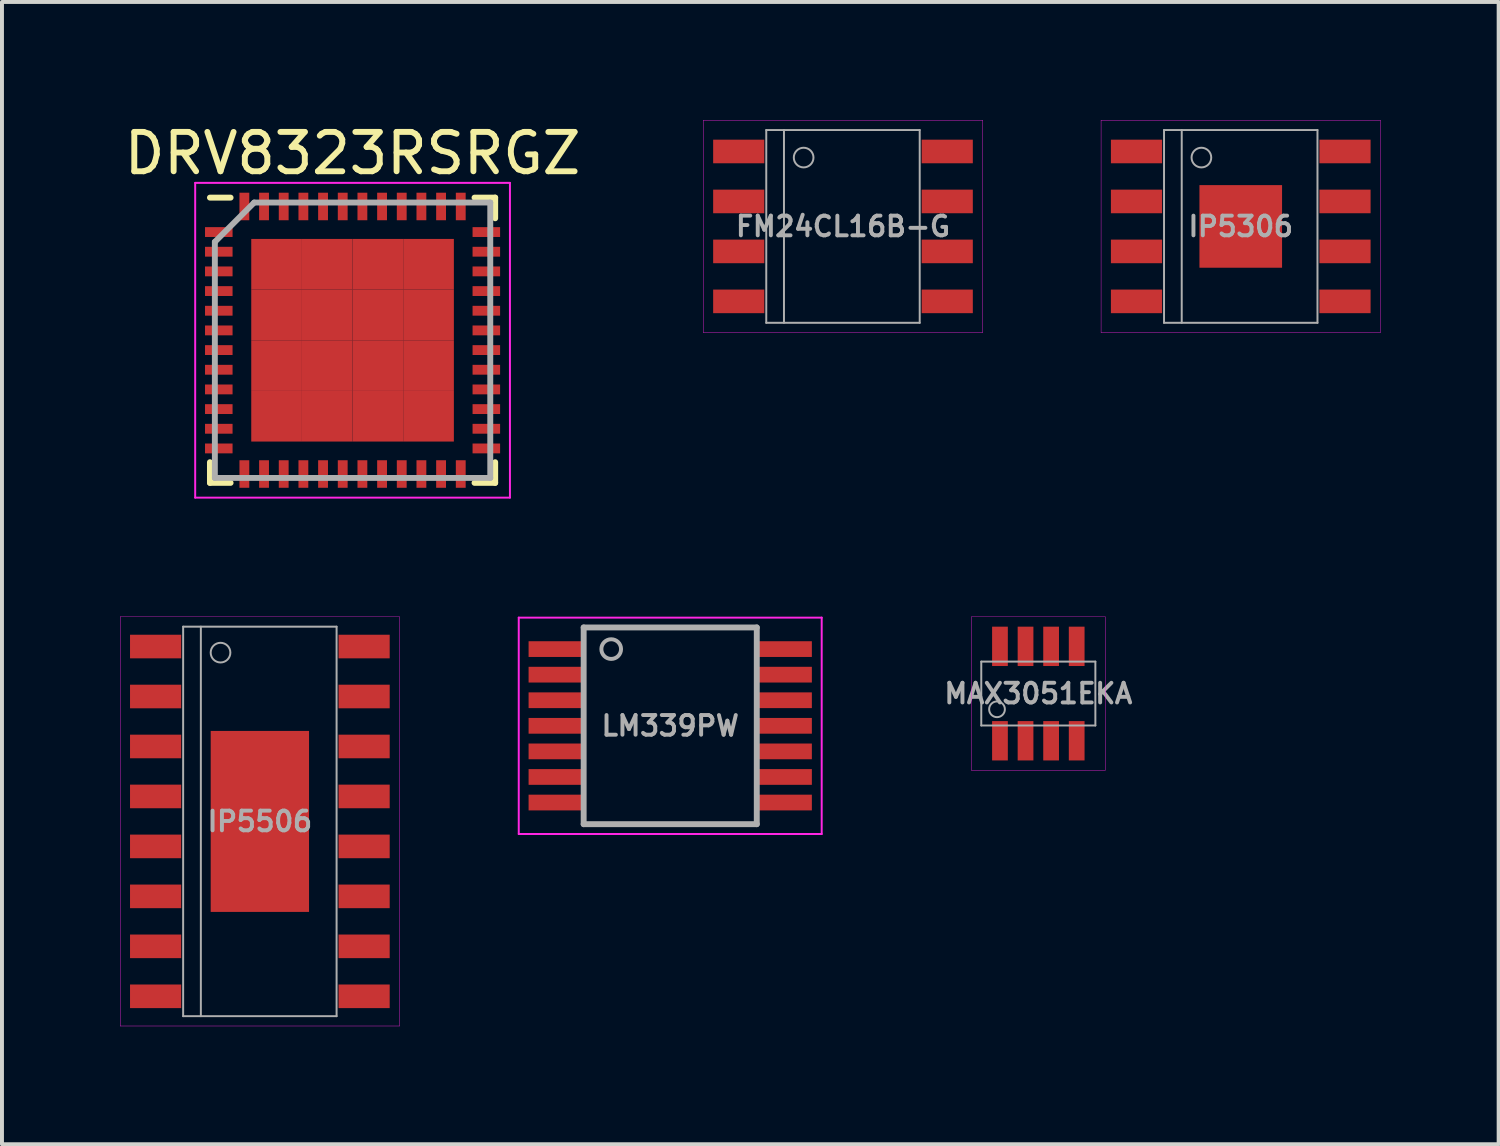
<source format=kicad_pcb>
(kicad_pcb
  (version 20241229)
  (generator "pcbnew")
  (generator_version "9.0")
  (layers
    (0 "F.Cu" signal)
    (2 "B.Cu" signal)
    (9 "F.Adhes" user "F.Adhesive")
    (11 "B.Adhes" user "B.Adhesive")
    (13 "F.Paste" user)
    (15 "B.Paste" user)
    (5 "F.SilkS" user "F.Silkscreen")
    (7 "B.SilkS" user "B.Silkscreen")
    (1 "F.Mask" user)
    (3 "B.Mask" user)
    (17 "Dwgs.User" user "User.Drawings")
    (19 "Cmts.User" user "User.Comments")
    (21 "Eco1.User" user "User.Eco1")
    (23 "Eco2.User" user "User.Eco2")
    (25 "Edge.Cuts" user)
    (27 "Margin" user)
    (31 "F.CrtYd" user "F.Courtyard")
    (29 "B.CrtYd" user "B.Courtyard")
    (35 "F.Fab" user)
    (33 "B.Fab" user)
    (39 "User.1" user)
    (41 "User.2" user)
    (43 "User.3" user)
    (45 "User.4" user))
  (footprint "IP5306"
    (layer "F.Cu")
    (at 28.486 2.705)
    (property "Reference" "IP5306" (at 0 0 0) (layer "F.Fab") (effects (font (size 0.5 0.5) (thickness 0.1))))
    (attr smd)
    (fp_line (start -3.55 -2.7) (end 3.55 -2.7) (stroke (width 0.01) (type solid)) (layer "F.CrtYd"))
    (fp_line (start -3.55 2.7) (end -3.55 -2.7) (stroke (width 0.01) (type solid)) (layer "F.CrtYd"))
    (fp_line (start 3.55 -2.7) (end 3.55 2.7) (stroke (width 0.01) (type solid)) (layer "F.CrtYd"))
    (fp_line (start 3.55 2.7) (end -3.55 2.7) (stroke (width 0.01) (type solid)) (layer "F.CrtYd"))
    (fp_line (start -1.95 -2.45) (end 1.95 -2.45) (stroke (width 0.05) (type solid)) (layer "F.Fab"))
    (fp_line (start -1.95 2.45) (end -1.95 -2.45) (stroke (width 0.05) (type solid)) (layer "F.Fab"))
    (fp_line (start -1.5 -2.45) (end -1.5 2.45) (stroke (width 0.05) (type solid)) (layer "F.Fab"))
    (fp_line (start 1.95 -2.45) (end 1.95 2.45) (stroke (width 0.05) (type solid)) (layer "F.Fab"))
    (fp_line (start 1.95 2.45) (end -1.95 2.45) (stroke (width 0.05) (type solid)) (layer "F.Fab"))
    (fp_circle (center -1 -1.75) (end -0.75 -1.75) (stroke (width 0.05) (type solid)) (fill no) (layer "F.Fab"))
    (pad "" smd rect (at -0.55 -0.55) (size 0.8 0.8) (layers "F.Paste"))
    (pad "" smd rect (at -0.55 0.55) (size 0.8 0.8) (layers "F.Paste"))
    (pad "" smd rect (at 0.55 -0.55) (size 0.8 0.8) (layers "F.Paste"))
    (pad "" smd rect (at 0.55 0.55) (size 0.8 0.8) (layers "F.Paste"))
    (pad "1" smd rect (at -2.65 -1.905) (size 1.3 0.6) (layers "F.Cu" "F.Mask" "F.Paste"))
    (pad "2" smd rect (at -2.65 -0.635) (size 1.3 0.6) (layers "F.Cu" "F.Mask" "F.Paste"))
    (pad "3" smd rect (at -2.65 0.635) (size 1.3 0.6) (layers "F.Cu" "F.Mask" "F.Paste"))
    (pad "4" smd rect (at -2.65 1.905) (size 1.3 0.6) (layers "F.Cu" "F.Mask" "F.Paste"))
    (pad "5" smd rect (at 2.65 1.905) (size 1.3 0.6) (layers "F.Cu" "F.Mask" "F.Paste"))
    (pad "6" smd rect (at 2.65 0.635) (size 1.3 0.6) (layers "F.Cu" "F.Mask" "F.Paste"))
    (pad "7" smd rect (at 2.65 -0.635) (size 1.3 0.6) (layers "F.Cu" "F.Mask" "F.Paste"))
    (pad "8" smd rect (at 2.65 -1.905) (size 1.3 0.6) (layers "F.Cu" "F.Mask" "F.Paste"))
    (pad "9" smd rect (at 0 0) (size 2.1 2.1) (layers "F.Cu" "F.Mask")))
  (footprint "DRV8323RSRGZ"
    (layer "F.Cu")
    (at 5.911 5.598)
    (property "Reference" "DRV8323RSRGZ" (at 0 -4.75 0) (layer "F.SilkS") (effects (font (size 1 1) (thickness 0.15))))
    (attr smd)
    (fp_line (start -3.625 -3.625) (end -3.1 -3.625) (stroke (width 0.15) (type solid)) (layer "F.SilkS"))
    (fp_line (start -3.625 3.625) (end -3.625 3.1) (stroke (width 0.15) (type solid)) (layer "F.SilkS"))
    (fp_line (start -3.625 3.625) (end -3.1 3.625) (stroke (width 0.15) (type solid)) (layer "F.SilkS"))
    (fp_line (start 3.625 -3.625) (end 3.1 -3.625) (stroke (width 0.15) (type solid)) (layer "F.SilkS"))
    (fp_line (start 3.625 -3.625) (end 3.625 -3.1) (stroke (width 0.15) (type solid)) (layer "F.SilkS"))
    (fp_line (start 3.625 3.625) (end 3.1 3.625) (stroke (width 0.15) (type solid)) (layer "F.SilkS"))
    (fp_line (start 3.625 3.625) (end 3.625 3.1) (stroke (width 0.15) (type solid)) (layer "F.SilkS"))
    (fp_line (start -4 -4) (end -4 4) (stroke (width 0.05) (type solid)) (layer "F.CrtYd"))
    (fp_line (start -4 -4) (end 4 -4) (stroke (width 0.05) (type solid)) (layer "F.CrtYd"))
    (fp_line (start -4 4) (end 4 4) (stroke (width 0.05) (type solid)) (layer "F.CrtYd"))
    (fp_line (start 4 -4) (end 4 4) (stroke (width 0.05) (type solid)) (layer "F.CrtYd"))
    (fp_line (start -3.5 -2.5) (end -2.5 -3.5) (stroke (width 0.15) (type solid)) (layer "F.Fab"))
    (fp_line (start -3.5 3.5) (end -3.5 -2.5) (stroke (width 0.15) (type solid)) (layer "F.Fab"))
    (fp_line (start -2.5 -3.5) (end 3.5 -3.5) (stroke (width 0.15) (type solid)) (layer "F.Fab"))
    (fp_line (start 3.5 -3.5) (end 3.5 3.5) (stroke (width 0.15) (type solid)) (layer "F.Fab"))
    (fp_line (start 3.5 3.5) (end -3.5 3.5) (stroke (width 0.15) (type solid)) (layer "F.Fab"))
    (pad "1" smd rect (at -3.4 -2.75) (size 0.7 0.25) (layers "F.Cu" "F.Mask" "F.Paste"))
    (pad "2" smd rect (at -3.4 -2.25) (size 0.7 0.25) (layers "F.Cu" "F.Mask" "F.Paste"))
    (pad "3" smd rect (at -3.4 -1.75) (size 0.7 0.25) (layers "F.Cu" "F.Mask" "F.Paste"))
    (pad "4" smd rect (at -3.4 -1.25) (size 0.7 0.25) (layers "F.Cu" "F.Mask" "F.Paste"))
    (pad "5" smd rect (at -3.4 -0.75) (size 0.7 0.25) (layers "F.Cu" "F.Mask" "F.Paste"))
    (pad "6" smd rect (at -3.4 -0.25) (size 0.7 0.25) (layers "F.Cu" "F.Mask" "F.Paste"))
    (pad "7" smd rect (at -3.4 0.25) (size 0.7 0.25) (layers "F.Cu" "F.Mask" "F.Paste"))
    (pad "8" smd rect (at -3.4 0.75) (size 0.7 0.25) (layers "F.Cu" "F.Mask" "F.Paste"))
    (pad "9" smd rect (at -3.4 1.25) (size 0.7 0.25) (layers "F.Cu" "F.Mask" "F.Paste"))
    (pad "10" smd rect (at -3.4 1.75) (size 0.7 0.25) (layers "F.Cu" "F.Mask" "F.Paste"))
    (pad "11" smd rect (at -3.4 2.25) (size 0.7 0.25) (layers "F.Cu" "F.Mask" "F.Paste"))
    (pad "12" smd rect (at -3.4 2.75) (size 0.7 0.25) (layers "F.Cu" "F.Mask" "F.Paste"))
    (pad "13" smd rect (at -2.75 3.4 90) (size 0.7 0.25) (layers "F.Cu" "F.Mask" "F.Paste"))
    (pad "14" smd rect (at -2.25 3.4 90) (size 0.7 0.25) (layers "F.Cu" "F.Mask" "F.Paste"))
    (pad "15" smd rect (at -1.75 3.4 90) (size 0.7 0.25) (layers "F.Cu" "F.Mask" "F.Paste"))
    (pad "16" smd rect (at -1.25 3.4 90) (size 0.7 0.25) (layers "F.Cu" "F.Mask" "F.Paste"))
    (pad "17" smd rect (at -0.75 3.4 90) (size 0.7 0.25) (layers "F.Cu" "F.Mask" "F.Paste"))
    (pad "18" smd rect (at -0.25 3.4 90) (size 0.7 0.25) (layers "F.Cu" "F.Mask" "F.Paste"))
    (pad "19" smd rect (at 0.25 3.4 90) (size 0.7 0.25) (layers "F.Cu" "F.Mask" "F.Paste"))
    (pad "20" smd rect (at 0.75 3.4 90) (size 0.7 0.25) (layers "F.Cu" "F.Mask" "F.Paste"))
    (pad "21" smd rect (at 1.25 3.4 90) (size 0.7 0.25) (layers "F.Cu" "F.Mask" "F.Paste"))
    (pad "22" smd rect (at 1.75 3.4 90) (size 0.7 0.25) (layers "F.Cu" "F.Mask" "F.Paste"))
    (pad "23" smd rect (at 2.25 3.4 90) (size 0.7 0.25) (layers "F.Cu" "F.Mask" "F.Paste"))
    (pad "24" smd rect (at 2.75 3.4 90) (size 0.7 0.25) (layers "F.Cu" "F.Mask" "F.Paste"))
    (pad "25" smd rect (at 3.4 2.75) (size 0.7 0.25) (layers "F.Cu" "F.Mask" "F.Paste"))
    (pad "26" smd rect (at 3.4 2.25) (size 0.7 0.25) (layers "F.Cu" "F.Mask" "F.Paste"))
    (pad "27" smd rect (at 3.4 1.75) (size 0.7 0.25) (layers "F.Cu" "F.Mask" "F.Paste"))
    (pad "28" smd rect (at 3.4 1.25) (size 0.7 0.25) (layers "F.Cu" "F.Mask" "F.Paste"))
    (pad "29" smd rect (at 3.4 0.75) (size 0.7 0.25) (layers "F.Cu" "F.Mask" "F.Paste"))
    (pad "30" smd rect (at 3.4 0.25) (size 0.7 0.25) (layers "F.Cu" "F.Mask" "F.Paste"))
    (pad "31" smd rect (at 3.4 -0.25) (size 0.7 0.25) (layers "F.Cu" "F.Mask" "F.Paste"))
    (pad "32" smd rect (at 3.4 -0.75) (size 0.7 0.25) (layers "F.Cu" "F.Mask" "F.Paste"))
    (pad "33" smd rect (at 3.4 -1.25) (size 0.7 0.25) (layers "F.Cu" "F.Mask" "F.Paste"))
    (pad "34" smd rect (at 3.4 -1.75) (size 0.7 0.25) (layers "F.Cu" "F.Mask" "F.Paste"))
    (pad "35" smd rect (at 3.4 -2.25) (size 0.7 0.25) (layers "F.Cu" "F.Mask" "F.Paste"))
    (pad "36" smd rect (at 3.4 -2.75) (size 0.7 0.25) (layers "F.Cu" "F.Mask" "F.Paste"))
    (pad "37" smd rect (at 2.75 -3.4 90) (size 0.7 0.25) (layers "F.Cu" "F.Mask" "F.Paste"))
    (pad "38" smd rect (at 2.25 -3.4 90) (size 0.7 0.25) (layers "F.Cu" "F.Mask" "F.Paste"))
    (pad "39" smd rect (at 1.75 -3.4 90) (size 0.7 0.25) (layers "F.Cu" "F.Mask" "F.Paste"))
    (pad "40" smd rect (at 1.25 -3.4 90) (size 0.7 0.25) (layers "F.Cu" "F.Mask" "F.Paste"))
    (pad "41" smd rect (at 0.75 -3.4 90) (size 0.7 0.25) (layers "F.Cu" "F.Mask" "F.Paste"))
    (pad "42" smd rect (at 0.25 -3.4 90) (size 0.7 0.25) (layers "F.Cu" "F.Mask" "F.Paste"))
    (pad "43" smd rect (at -0.25 -3.4 90) (size 0.7 0.25) (layers "F.Cu" "F.Mask" "F.Paste"))
    (pad "44" smd rect (at -0.75 -3.4 90) (size 0.7 0.25) (layers "F.Cu" "F.Mask" "F.Paste"))
    (pad "45" smd rect (at -1.25 -3.4 90) (size 0.7 0.25) (layers "F.Cu" "F.Mask" "F.Paste"))
    (pad "46" smd rect (at -1.75 -3.4 90) (size 0.7 0.25) (layers "F.Cu" "F.Mask" "F.Paste"))
    (pad "47" smd rect (at -2.25 -3.4 90) (size 0.7 0.25) (layers "F.Cu" "F.Mask" "F.Paste"))
    (pad "48" smd rect (at -2.75 -3.4 90) (size 0.7 0.25) (layers "F.Cu" "F.Mask" "F.Paste"))
    (pad "T" smd rect (at -1.931 -1.931) (size 1.288 1.288) (layers "F.Cu" "F.Mask" "F.Paste"))
    (pad "T" smd rect (at -1.931 -0.644) (size 1.288 1.288) (layers "F.Cu" "F.Mask" "F.Paste"))
    (pad "T" smd rect (at -1.931 0.644) (size 1.288 1.288) (layers "F.Cu" "F.Mask" "F.Paste"))
    (pad "T" smd rect (at -1.931 1.931) (size 1.288 1.288) (layers "F.Cu" "F.Mask" "F.Paste"))
    (pad "T" smd rect (at -0.644 -1.931) (size 1.288 1.288) (layers "F.Cu" "F.Mask" "F.Paste"))
    (pad "T" smd rect (at -0.644 -0.644) (size 1.288 1.288) (layers "F.Cu" "F.Mask" "F.Paste"))
    (pad "T" smd rect (at -0.644 0.644) (size 1.288 1.288) (layers "F.Cu" "F.Mask" "F.Paste"))
    (pad "T" smd rect (at -0.644 1.931) (size 1.288 1.288) (layers "F.Cu" "F.Mask" "F.Paste"))
    (pad "T" smd rect (at 0.644 -1.931) (size 1.288 1.288) (layers "F.Cu" "F.Mask" "F.Paste"))
    (pad "T" smd rect (at 0.644 -0.644) (size 1.288 1.288) (layers "F.Cu" "F.Mask" "F.Paste"))
    (pad "T" smd rect (at 0.644 0.644) (size 1.288 1.288) (layers "F.Cu" "F.Mask" "F.Paste"))
    (pad "T" smd rect (at 0.644 1.931) (size 1.288 1.288) (layers "F.Cu" "F.Mask" "F.Paste"))
    (pad "T" smd rect (at 1.931 -1.931) (size 1.288 1.288) (layers "F.Cu" "F.Mask" "F.Paste"))
    (pad "T" smd rect (at 1.931 -0.644) (size 1.288 1.288) (layers "F.Cu" "F.Mask" "F.Paste"))
    (pad "T" smd rect (at 1.931 0.644) (size 1.288 1.288) (layers "F.Cu" "F.Mask" "F.Paste"))
    (pad "T" smd rect (at 1.931 1.931) (size 1.288 1.288) (layers "F.Cu" "F.Mask" "F.Paste")))
  (footprint "LM339PW"
    (layer "F.Cu")
    (at 13.985 15.398)
    (property "Reference" "LM339PW" (at 0 0 0) (layer "F.Fab") (effects (font (size 0.5 0.5) (thickness 0.1))))
    (attr smd)
    (fp_line (start -3.85 -2.75) (end -3.85 2.75) (stroke (width 0.05) (type solid)) (layer "F.CrtYd"))
    (fp_line (start -3.85 -2.75) (end 3.85 -2.75) (stroke (width 0.05) (type solid)) (layer "F.CrtYd"))
    (fp_line (start -3.85 2.75) (end 3.85 2.75) (stroke (width 0.05) (type solid)) (layer "F.CrtYd"))
    (fp_line (start 3.85 -2.75) (end 3.85 2.75) (stroke (width 0.05) (type solid)) (layer "F.CrtYd"))
    (fp_line (start -2.2 -2.5) (end 2.2 -2.5) (stroke (width 0.15) (type solid)) (layer "F.Fab"))
    (fp_line (start -2.2 2.5) (end -2.2 -2.5) (stroke (width 0.15) (type solid)) (layer "F.Fab"))
    (fp_line (start 2.2 -2.5) (end 2.2 2.5) (stroke (width 0.15) (type solid)) (layer "F.Fab"))
    (fp_line (start 2.2 2.5) (end -2.2 2.5) (stroke (width 0.15) (type solid)) (layer "F.Fab"))
    (fp_circle (center -1.5 -1.95) (end -1.25 -1.95) (stroke (width 0.1) (type solid)) (fill no) (layer "F.Fab"))
    (pad "1" smd rect (at -2.925 -1.95) (size 1.35 0.4) (layers "F.Cu" "F.Mask" "F.Paste"))
    (pad "2" smd rect (at -2.925 -1.3) (size 1.35 0.4) (layers "F.Cu" "F.Mask" "F.Paste"))
    (pad "3" smd rect (at -2.925 -0.65) (size 1.35 0.4) (layers "F.Cu" "F.Mask" "F.Paste"))
    (pad "4" smd rect (at -2.925 0) (size 1.35 0.4) (layers "F.Cu" "F.Mask" "F.Paste"))
    (pad "5" smd rect (at -2.925 0.65) (size 1.35 0.4) (layers "F.Cu" "F.Mask" "F.Paste"))
    (pad "6" smd rect (at -2.925 1.3) (size 1.35 0.4) (layers "F.Cu" "F.Mask" "F.Paste"))
    (pad "7" smd rect (at -2.925 1.95) (size 1.35 0.4) (layers "F.Cu" "F.Mask" "F.Paste"))
    (pad "8" smd rect (at 2.925 1.95) (size 1.35 0.4) (layers "F.Cu" "F.Mask" "F.Paste"))
    (pad "9" smd rect (at 2.925 1.3) (size 1.35 0.4) (layers "F.Cu" "F.Mask" "F.Paste"))
    (pad "10" smd rect (at 2.925 0.65) (size 1.35 0.4) (layers "F.Cu" "F.Mask" "F.Paste"))
    (pad "11" smd rect (at 2.925 0) (size 1.35 0.4) (layers "F.Cu" "F.Mask" "F.Paste"))
    (pad "12" smd rect (at 2.925 -0.65) (size 1.35 0.4) (layers "F.Cu" "F.Mask" "F.Paste"))
    (pad "13" smd rect (at 2.925 -1.3) (size 1.35 0.4) (layers "F.Cu" "F.Mask" "F.Paste"))
    (pad "14" smd rect (at 2.925 -1.95) (size 1.35 0.4) (layers "F.Cu" "F.Mask" "F.Paste")))
  (footprint "MAX3051EKA"
    (layer "F.Cu")
    (at 23.341 14.578)
    (property "Reference" "MAX3051EKA" (at 0 0 180) (layer "F.Fab") (effects (font (size 0.5 0.5) (thickness 0.1))))
    (attr smd)
    (fp_line (start -1.7 -1.95) (end -1.7 1.95) (stroke (width 0.01) (type solid)) (layer "F.CrtYd"))
    (fp_line (start -1.7 1.95) (end 1.7 1.95) (stroke (width 0.01) (type solid)) (layer "F.CrtYd"))
    (fp_line (start 1.7 -1.95) (end -1.7 -1.95) (stroke (width 0.01) (type solid)) (layer "F.CrtYd"))
    (fp_line (start 1.7 1.95) (end 1.7 -1.95) (stroke (width 0.01) (type solid)) (layer "F.CrtYd"))
    (fp_line (start -1.45 -0.812) (end -1.45 0.812) (stroke (width 0.05) (type solid)) (layer "F.Fab"))
    (fp_line (start -1.45 -0.812) (end 1.45 -0.812) (stroke (width 0.05) (type solid)) (layer "F.Fab"))
    (fp_line (start -1.45 0.812) (end 1.45 0.812) (stroke (width 0.05) (type solid)) (layer "F.Fab"))
    (fp_line (start 1.45 -0.812) (end 1.45 0.812) (stroke (width 0.05) (type solid)) (layer "F.Fab"))
    (fp_circle (center -1.05 0.4) (end -0.85 0.4) (stroke (width 0.05) (type solid)) (fill no) (layer "F.Fab"))
    (pad "1" smd rect (at -0.975 1.2 90) (size 1 0.4) (layers "F.Cu" "F.Mask" "F.Paste"))
    (pad "2" smd rect (at -0.325 1.2 90) (size 1 0.4) (layers "F.Cu" "F.Mask" "F.Paste"))
    (pad "3" smd rect (at 0.325 1.2 90) (size 1 0.4) (layers "F.Cu" "F.Mask" "F.Paste"))
    (pad "4" smd rect (at 0.975 1.2 90) (size 1 0.4) (layers "F.Cu" "F.Mask" "F.Paste"))
    (pad "5" smd rect (at 0.975 -1.2 90) (size 1 0.4) (layers "F.Cu" "F.Mask" "F.Paste"))
    (pad "6" smd rect (at 0.325 -1.2 90) (size 1 0.4) (layers "F.Cu" "F.Mask" "F.Paste"))
    (pad "7" smd rect (at -0.325 -1.2 90) (size 1 0.4) (layers "F.Cu" "F.Mask" "F.Paste"))
    (pad "8" smd rect (at -0.975 -1.2 90) (size 1 0.4) (layers "F.Cu" "F.Mask" "F.Paste")))
  (footprint "FM24CL16B-G"
    (layer "F.Cu")
    (at 18.376 2.705)
    (property "Reference" "FM24CL16B-G" (at 0 0 0) (layer "F.Fab") (effects (font (size 0.5 0.5) (thickness 0.1))))
    (attr smd)
    (fp_line (start -3.55 -2.7) (end 3.55 -2.7) (stroke (width 0.01) (type solid)) (layer "F.CrtYd"))
    (fp_line (start -3.55 2.7) (end -3.55 -2.7) (stroke (width 0.01) (type solid)) (layer "F.CrtYd"))
    (fp_line (start 3.55 -2.7) (end 3.55 2.7) (stroke (width 0.01) (type solid)) (layer "F.CrtYd"))
    (fp_line (start 3.55 2.7) (end -3.55 2.7) (stroke (width 0.01) (type solid)) (layer "F.CrtYd"))
    (fp_line (start -1.95 -2.45) (end 1.95 -2.45) (stroke (width 0.05) (type solid)) (layer "F.Fab"))
    (fp_line (start -1.95 2.45) (end -1.95 -2.45) (stroke (width 0.05) (type solid)) (layer "F.Fab"))
    (fp_line (start -1.5 -2.45) (end -1.5 2.45) (stroke (width 0.05) (type solid)) (layer "F.Fab"))
    (fp_line (start 1.95 -2.45) (end 1.95 2.45) (stroke (width 0.05) (type solid)) (layer "F.Fab"))
    (fp_line (start 1.95 2.45) (end -1.95 2.45) (stroke (width 0.05) (type solid)) (layer "F.Fab"))
    (fp_circle (center -1 -1.75) (end -0.75 -1.75) (stroke (width 0.05) (type solid)) (fill no) (layer "F.Fab"))
    (pad "1" smd rect (at -2.65 -1.905) (size 1.3 0.6) (layers "F.Cu" "F.Mask" "F.Paste"))
    (pad "2" smd rect (at -2.65 -0.635) (size 1.3 0.6) (layers "F.Cu" "F.Mask" "F.Paste"))
    (pad "3" smd rect (at -2.65 0.635) (size 1.3 0.6) (layers "F.Cu" "F.Mask" "F.Paste"))
    (pad "4" smd rect (at -2.65 1.905) (size 1.3 0.6) (layers "F.Cu" "F.Mask" "F.Paste"))
    (pad "5" smd rect (at 2.65 1.905) (size 1.3 0.6) (layers "F.Cu" "F.Mask" "F.Paste"))
    (pad "6" smd rect (at 2.65 0.635) (size 1.3 0.6) (layers "F.Cu" "F.Mask" "F.Paste"))
    (pad "7" smd rect (at 2.65 -0.635) (size 1.3 0.6) (layers "F.Cu" "F.Mask" "F.Paste"))
    (pad "8" smd rect (at 2.65 -1.905) (size 1.3 0.6) (layers "F.Cu" "F.Mask" "F.Paste")))
  (footprint "IP5506"
    (layer "F.Cu")
    (at 3.555 17.828)
    (property "Reference" "IP5506" (at 0 0 0) (layer "F.Fab") (effects (font (size 0.5 0.5) (thickness 0.1))))
    (attr smd)
    (fp_line (start -3.55 -5.2) (end 3.55 -5.2) (stroke (width 0.01) (type solid)) (layer "F.CrtYd"))
    (fp_line (start -3.55 5.2) (end -3.55 -5.2) (stroke (width 0.01) (type solid)) (layer "F.CrtYd"))
    (fp_line (start 3.55 -5.2) (end 3.55 5.2) (stroke (width 0.01) (type solid)) (layer "F.CrtYd"))
    (fp_line (start 3.55 5.2) (end -3.55 5.2) (stroke (width 0.01) (type solid)) (layer "F.CrtYd"))
    (fp_line (start -1.95 -4.95) (end 1.95 -4.95) (stroke (width 0.05) (type solid)) (layer "F.Fab"))
    (fp_line (start -1.95 4.95) (end -1.95 -4.95) (stroke (width 0.05) (type solid)) (layer "F.Fab"))
    (fp_line (start -1.5 -4.95) (end -1.5 4.95) (stroke (width 0.05) (type solid)) (layer "F.Fab"))
    (fp_line (start 1.95 -4.95) (end 1.95 4.95) (stroke (width 0.05) (type solid)) (layer "F.Fab"))
    (fp_line (start 1.95 4.95) (end -1.95 4.95) (stroke (width 0.05) (type solid)) (layer "F.Fab"))
    (fp_circle (center -1 -4.29) (end -0.75 -4.29) (stroke (width 0.05) (type solid)) (fill no) (layer "F.Fab"))
    (pad "" smd rect (at -0.625 -1.15) (size 0.95 2) (layers "F.Paste"))
    (pad "" smd rect (at -0.625 1.15) (size 0.95 2) (layers "F.Paste"))
    (pad "" smd rect (at 0.625 -1.15) (size 0.95 2) (layers "F.Paste"))
    (pad "" smd rect (at 0.625 1.15) (size 0.95 2) (layers "F.Paste"))
    (pad "1" smd rect (at -2.65 -4.445) (size 1.3 0.6) (layers "F.Cu" "F.Mask" "F.Paste"))
    (pad "2" smd rect (at -2.65 -3.175) (size 1.3 0.6) (layers "F.Cu" "F.Mask" "F.Paste"))
    (pad "3" smd rect (at -2.65 -1.905) (size 1.3 0.6) (layers "F.Cu" "F.Mask" "F.Paste"))
    (pad "4" smd rect (at -2.65 -0.635) (size 1.3 0.6) (layers "F.Cu" "F.Mask" "F.Paste"))
    (pad "5" smd rect (at -2.65 0.635) (size 1.3 0.6) (layers "F.Cu" "F.Mask" "F.Paste"))
    (pad "6" smd rect (at -2.65 1.905) (size 1.3 0.6) (layers "F.Cu" "F.Mask" "F.Paste"))
    (pad "7" smd rect (at -2.65 3.175) (size 1.3 0.6) (layers "F.Cu" "F.Mask" "F.Paste"))
    (pad "8" smd rect (at -2.65 4.445) (size 1.3 0.6) (layers "F.Cu" "F.Mask" "F.Paste"))
    (pad "9" smd rect (at 2.65 4.445) (size 1.3 0.6) (layers "F.Cu" "F.Mask" "F.Paste"))
    (pad "10" smd rect (at 2.65 3.175) (size 1.3 0.6) (layers "F.Cu" "F.Mask" "F.Paste"))
    (pad "11" smd rect (at 2.65 1.905) (size 1.3 0.6) (layers "F.Cu" "F.Mask" "F.Paste"))
    (pad "12" smd rect (at 2.65 0.635) (size 1.3 0.6) (layers "F.Cu" "F.Mask" "F.Paste"))
    (pad "13" smd rect (at 2.65 -0.635) (size 1.3 0.6) (layers "F.Cu" "F.Mask" "F.Paste"))
    (pad "14" smd rect (at 2.65 -1.905) (size 1.3 0.6) (layers "F.Cu" "F.Mask" "F.Paste"))
    (pad "15" smd rect (at 2.65 -3.175) (size 1.3 0.6) (layers "F.Cu" "F.Mask" "F.Paste"))
    (pad "16" smd rect (at 2.65 -4.445) (size 1.3 0.6) (layers "F.Cu" "F.Mask" "F.Paste"))
    (pad "17" smd rect (at 0 0) (size 2.5 4.6) (layers "F.Cu" "F.Mask")))
  (gr_rect
    (start -3 -3)
    (end 35.041 26.033)
    (stroke (width 0.1) (type default))
    (fill no)
    (layer "Edge.Cuts")))
</source>
